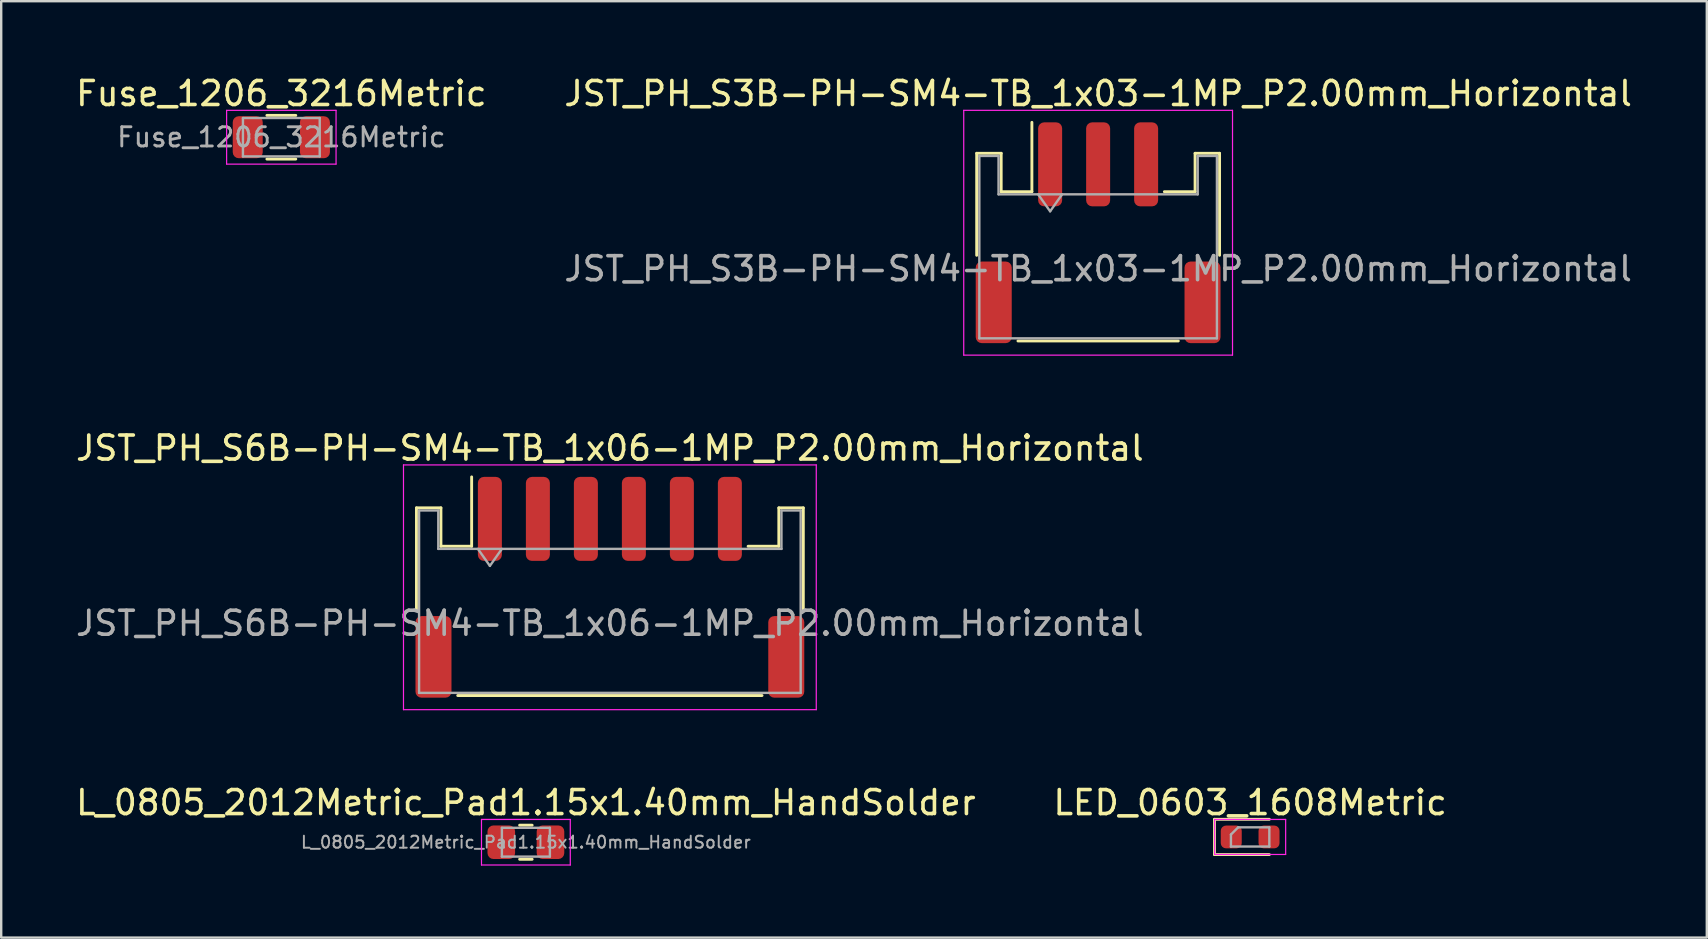
<source format=kicad_pcb>
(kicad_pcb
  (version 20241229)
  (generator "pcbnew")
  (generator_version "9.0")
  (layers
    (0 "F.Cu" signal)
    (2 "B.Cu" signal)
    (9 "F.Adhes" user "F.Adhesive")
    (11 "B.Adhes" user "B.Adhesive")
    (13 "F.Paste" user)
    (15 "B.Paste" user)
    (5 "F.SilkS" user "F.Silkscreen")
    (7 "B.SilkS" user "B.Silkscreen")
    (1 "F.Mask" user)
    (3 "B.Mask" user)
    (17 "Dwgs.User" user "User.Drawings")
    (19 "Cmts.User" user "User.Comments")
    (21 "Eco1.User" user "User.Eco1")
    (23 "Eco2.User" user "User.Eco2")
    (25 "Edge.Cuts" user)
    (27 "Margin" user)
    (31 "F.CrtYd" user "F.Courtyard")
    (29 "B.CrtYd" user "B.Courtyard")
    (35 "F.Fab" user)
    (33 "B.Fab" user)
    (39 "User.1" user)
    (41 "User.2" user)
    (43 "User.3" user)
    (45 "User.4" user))
  (footprint "Fuse_1206_3216Metric"
    (layer "F.Cu")
    (at 8.673 2.668)
    (property "Reference" "Fuse_1206_3216Metric" (at 0 -1.82 180) (layer "F.SilkS") (effects (font (size 1 1) (thickness 0.15))))
    (attr smd)
    (fp_line (start -0.602 -0.91) (end 0.602 -0.91) (stroke (width 0.12) (type solid)) (layer "F.SilkS"))
    (fp_line (start -0.602 0.91) (end 0.602 0.91) (stroke (width 0.12) (type solid)) (layer "F.SilkS"))
    (fp_line (start -2.28 -1.12) (end 2.28 -1.12) (stroke (width 0.05) (type solid)) (layer "F.CrtYd"))
    (fp_line (start -2.28 1.12) (end -2.28 -1.12) (stroke (width 0.05) (type solid)) (layer "F.CrtYd"))
    (fp_line (start 2.28 -1.12) (end 2.28 1.12) (stroke (width 0.05) (type solid)) (layer "F.CrtYd"))
    (fp_line (start 2.28 1.12) (end -2.28 1.12) (stroke (width 0.05) (type solid)) (layer "F.CrtYd"))
    (fp_line (start -1.6 -0.8) (end 1.6 -0.8) (stroke (width 0.1) (type solid)) (layer "F.Fab"))
    (fp_line (start -1.6 0.8) (end -1.6 -0.8) (stroke (width 0.1) (type solid)) (layer "F.Fab"))
    (fp_line (start 1.6 -0.8) (end 1.6 0.8) (stroke (width 0.1) (type solid)) (layer "F.Fab"))
    (fp_line (start 1.6 0.8) (end -1.6 0.8) (stroke (width 0.1) (type solid)) (layer "F.Fab"))
    (fp_text user "${REFERENCE}" (at 0 0 180) (layer "F.Fab") (effects (font (size 0.8 0.8) (thickness 0.12))))
    (pad "1" smd roundrect (at -1.4 0) (size 1.25 1.75) (layers "F.Cu" "F.Mask" "F.Paste") (roundrect_rratio 0.2))
    (pad "2" smd roundrect (at 1.4 0) (size 1.25 1.75) (layers "F.Cu" "F.Mask" "F.Paste") (roundrect_rratio 0.2)))
  (footprint "LED_0603_1608Metric"
    (layer "F.Cu")
    (at 49.042 31.825)
    (property "Reference" "LED_0603_1608Metric" (at 0 -1.43 0) (layer "F.SilkS") (effects (font (size 1 1) (thickness 0.15))))
    (attr smd)
    (fp_line (start -1.485 -0.735) (end -1.485 0.735) (stroke (width 0.12) (type solid)) (layer "F.SilkS"))
    (fp_line (start -1.485 0.735) (end 0.8 0.735) (stroke (width 0.12) (type solid)) (layer "F.SilkS"))
    (fp_line (start 0.8 -0.735) (end -1.485 -0.735) (stroke (width 0.12) (type solid)) (layer "F.SilkS"))
    (fp_line (start -1.48 -0.73) (end 1.48 -0.73) (stroke (width 0.05) (type solid)) (layer "F.CrtYd"))
    (fp_line (start -1.48 0.73) (end -1.48 -0.73) (stroke (width 0.05) (type solid)) (layer "F.CrtYd"))
    (fp_line (start 1.48 -0.73) (end 1.48 0.73) (stroke (width 0.05) (type solid)) (layer "F.CrtYd"))
    (fp_line (start 1.48 0.73) (end -1.48 0.73) (stroke (width 0.05) (type solid)) (layer "F.CrtYd"))
    (fp_line (start -0.8 -0.1) (end -0.8 0.4) (stroke (width 0.1) (type solid)) (layer "F.Fab"))
    (fp_line (start -0.8 0.4) (end 0.8 0.4) (stroke (width 0.1) (type solid)) (layer "F.Fab"))
    (fp_line (start -0.5 -0.4) (end -0.8 -0.1) (stroke (width 0.1) (type solid)) (layer "F.Fab"))
    (fp_line (start 0.8 -0.4) (end -0.5 -0.4) (stroke (width 0.1) (type solid)) (layer "F.Fab"))
    (fp_line (start 0.8 0.4) (end 0.8 -0.4) (stroke (width 0.1) (type solid)) (layer "F.Fab"))
    (pad "1" smd roundrect (at -0.787 0) (size 0.875 0.95) (layers "F.Cu" "F.Mask" "F.Paste") (roundrect_rratio 0.25))
    (pad "2" smd roundrect (at 0.787 0) (size 0.875 0.95) (layers "F.Cu" "F.Mask" "F.Paste") (roundrect_rratio 0.25)))
  (footprint "JST_PH_S6B-PH-SM4-TB_1x06-1MP_P2.00mm_Horizontal"
    (layer "F.Cu")
    (at 22.363 21.422)
    (property "Reference" "JST_PH_S6B-PH-SM4-TB_1x06-1MP_P2.00mm_Horizontal" (at 0 -5.8 180) (layer "F.SilkS") (effects (font (size 1 1) (thickness 0.15))))
    (attr smd)
    (fp_line (start -8.06 -3.31) (end -7.04 -3.31) (stroke (width 0.12) (type solid)) (layer "F.SilkS"))
    (fp_line (start -8.06 0.94) (end -8.06 -3.31) (stroke (width 0.12) (type solid)) (layer "F.SilkS"))
    (fp_line (start -7.04 -3.31) (end -7.04 -1.71) (stroke (width 0.12) (type solid)) (layer "F.SilkS"))
    (fp_line (start -7.04 -1.71) (end -5.76 -1.71) (stroke (width 0.12) (type solid)) (layer "F.SilkS"))
    (fp_line (start -6.34 4.51) (end 6.34 4.51) (stroke (width 0.12) (type solid)) (layer "F.SilkS"))
    (fp_line (start -5.76 -1.71) (end -5.76 -4.6) (stroke (width 0.12) (type solid)) (layer "F.SilkS"))
    (fp_line (start 7.04 -3.31) (end 7.04 -1.71) (stroke (width 0.12) (type solid)) (layer "F.SilkS"))
    (fp_line (start 7.04 -1.71) (end 5.76 -1.71) (stroke (width 0.12) (type solid)) (layer "F.SilkS"))
    (fp_line (start 8.06 -3.31) (end 7.04 -3.31) (stroke (width 0.12) (type solid)) (layer "F.SilkS"))
    (fp_line (start 8.06 0.94) (end 8.06 -3.31) (stroke (width 0.12) (type solid)) (layer "F.SilkS"))
    (fp_line (start -8.6 -5.1) (end -8.6 5.1) (stroke (width 0.05) (type solid)) (layer "F.CrtYd"))
    (fp_line (start -8.6 5.1) (end 8.6 5.1) (stroke (width 0.05) (type solid)) (layer "F.CrtYd"))
    (fp_line (start 8.6 -5.1) (end -8.6 -5.1) (stroke (width 0.05) (type solid)) (layer "F.CrtYd"))
    (fp_line (start 8.6 5.1) (end 8.6 -5.1) (stroke (width 0.05) (type solid)) (layer "F.CrtYd"))
    (fp_line (start -7.95 -3.2) (end -7.95 4.4) (stroke (width 0.1) (type solid)) (layer "F.Fab"))
    (fp_line (start -7.95 -3.2) (end -7.15 -3.2) (stroke (width 0.1) (type solid)) (layer "F.Fab"))
    (fp_line (start -7.95 4.4) (end 7.95 4.4) (stroke (width 0.1) (type solid)) (layer "F.Fab"))
    (fp_line (start -7.15 -3.2) (end -7.15 -1.6) (stroke (width 0.1) (type solid)) (layer "F.Fab"))
    (fp_line (start -7.15 -1.6) (end 7.15 -1.6) (stroke (width 0.1) (type solid)) (layer "F.Fab"))
    (fp_line (start -5.5 -1.6) (end -5 -0.893) (stroke (width 0.1) (type solid)) (layer "F.Fab"))
    (fp_line (start -5 -0.893) (end -4.5 -1.6) (stroke (width 0.1) (type solid)) (layer "F.Fab"))
    (fp_line (start 7.15 -3.2) (end 7.95 -3.2) (stroke (width 0.1) (type solid)) (layer "F.Fab"))
    (fp_line (start 7.15 -1.6) (end 7.15 -3.2) (stroke (width 0.1) (type solid)) (layer "F.Fab"))
    (fp_line (start 7.95 -3.2) (end 7.95 4.4) (stroke (width 0.1) (type solid)) (layer "F.Fab"))
    (fp_text user "${REFERENCE}" (at 0 1.5 180) (layer "F.Fab") (effects (font (size 1 1) (thickness 0.15))))
    (pad "1" smd roundrect (at -5 -2.85) (size 1 3.5) (layers "F.Cu" "F.Mask" "F.Paste") (roundrect_rratio 0.25))
    (pad "2" smd roundrect (at -3 -2.85) (size 1 3.5) (layers "F.Cu" "F.Mask" "F.Paste") (roundrect_rratio 0.25))
    (pad "3" smd roundrect (at -1 -2.85) (size 1 3.5) (layers "F.Cu" "F.Mask" "F.Paste") (roundrect_rratio 0.25))
    (pad "4" smd roundrect (at 1 -2.85) (size 1 3.5) (layers "F.Cu" "F.Mask" "F.Paste") (roundrect_rratio 0.25))
    (pad "5" smd roundrect (at 3 -2.85) (size 1 3.5) (layers "F.Cu" "F.Mask" "F.Paste") (roundrect_rratio 0.25))
    (pad "6" smd roundrect (at 5 -2.85) (size 1 3.5) (layers "F.Cu" "F.Mask" "F.Paste") (roundrect_rratio 0.25))
    (pad "MP" smd roundrect (at -7.35 2.9) (size 1.5 3.4) (layers "F.Cu" "F.Mask" "F.Paste") (roundrect_rratio 0.167))
    (pad "MP" smd roundrect (at 7.35 2.9) (size 1.5 3.4) (layers "F.Cu" "F.Mask" "F.Paste") (roundrect_rratio 0.167)))
  (footprint "JST_PH_S3B-PH-SM4-TB_1x03-1MP_P2.00mm_Horizontal"
    (layer "F.Cu")
    (at 42.708 6.648)
    (property "Reference" "JST_PH_S3B-PH-SM4-TB_1x03-1MP_P2.00mm_Horizontal" (at 0 -5.8 180) (layer "F.SilkS") (effects (font (size 1 1) (thickness 0.15))))
    (attr smd)
    (fp_line (start -5.06 -3.31) (end -4.04 -3.31) (stroke (width 0.12) (type solid)) (layer "F.SilkS"))
    (fp_line (start -5.06 0.94) (end -5.06 -3.31) (stroke (width 0.12) (type solid)) (layer "F.SilkS"))
    (fp_line (start -4.04 -3.31) (end -4.04 -1.71) (stroke (width 0.12) (type solid)) (layer "F.SilkS"))
    (fp_line (start -4.04 -1.71) (end -2.76 -1.71) (stroke (width 0.12) (type solid)) (layer "F.SilkS"))
    (fp_line (start -3.34 4.51) (end 3.34 4.51) (stroke (width 0.12) (type solid)) (layer "F.SilkS"))
    (fp_line (start -2.76 -1.71) (end -2.76 -4.6) (stroke (width 0.12) (type solid)) (layer "F.SilkS"))
    (fp_line (start 4.04 -3.31) (end 4.04 -1.71) (stroke (width 0.12) (type solid)) (layer "F.SilkS"))
    (fp_line (start 4.04 -1.71) (end 2.76 -1.71) (stroke (width 0.12) (type solid)) (layer "F.SilkS"))
    (fp_line (start 5.06 -3.31) (end 4.04 -3.31) (stroke (width 0.12) (type solid)) (layer "F.SilkS"))
    (fp_line (start 5.06 0.94) (end 5.06 -3.31) (stroke (width 0.12) (type solid)) (layer "F.SilkS"))
    (fp_line (start -5.6 -5.1) (end -5.6 5.1) (stroke (width 0.05) (type solid)) (layer "F.CrtYd"))
    (fp_line (start -5.6 5.1) (end 5.6 5.1) (stroke (width 0.05) (type solid)) (layer "F.CrtYd"))
    (fp_line (start 5.6 -5.1) (end -5.6 -5.1) (stroke (width 0.05) (type solid)) (layer "F.CrtYd"))
    (fp_line (start 5.6 5.1) (end 5.6 -5.1) (stroke (width 0.05) (type solid)) (layer "F.CrtYd"))
    (fp_line (start -4.95 -3.2) (end -4.95 4.4) (stroke (width 0.1) (type solid)) (layer "F.Fab"))
    (fp_line (start -4.95 -3.2) (end -4.15 -3.2) (stroke (width 0.1) (type solid)) (layer "F.Fab"))
    (fp_line (start -4.95 4.4) (end 4.95 4.4) (stroke (width 0.1) (type solid)) (layer "F.Fab"))
    (fp_line (start -4.15 -3.2) (end -4.15 -1.6) (stroke (width 0.1) (type solid)) (layer "F.Fab"))
    (fp_line (start -4.15 -1.6) (end 4.15 -1.6) (stroke (width 0.1) (type solid)) (layer "F.Fab"))
    (fp_line (start -2.5 -1.6) (end -2 -0.893) (stroke (width 0.1) (type solid)) (layer "F.Fab"))
    (fp_line (start -2 -0.893) (end -1.5 -1.6) (stroke (width 0.1) (type solid)) (layer "F.Fab"))
    (fp_line (start 4.15 -3.2) (end 4.95 -3.2) (stroke (width 0.1) (type solid)) (layer "F.Fab"))
    (fp_line (start 4.15 -1.6) (end 4.15 -3.2) (stroke (width 0.1) (type solid)) (layer "F.Fab"))
    (fp_line (start 4.95 -3.2) (end 4.95 4.4) (stroke (width 0.1) (type solid)) (layer "F.Fab"))
    (fp_text user "${REFERENCE}" (at 0 1.5 180) (layer "F.Fab") (effects (font (size 1 1) (thickness 0.15))))
    (pad "1" smd roundrect (at -2 -2.85) (size 1 3.5) (layers "F.Cu" "F.Mask" "F.Paste") (roundrect_rratio 0.25))
    (pad "2" smd roundrect (at 0 -2.85) (size 1 3.5) (layers "F.Cu" "F.Mask" "F.Paste") (roundrect_rratio 0.25))
    (pad "3" smd roundrect (at 2 -2.85) (size 1 3.5) (layers "F.Cu" "F.Mask" "F.Paste") (roundrect_rratio 0.25))
    (pad "MP" smd roundrect (at -4.35 2.9) (size 1.5 3.4) (layers "F.Cu" "F.Mask" "F.Paste") (roundrect_rratio 0.167))
    (pad "MP" smd roundrect (at 4.35 2.9) (size 1.5 3.4) (layers "F.Cu" "F.Mask" "F.Paste") (roundrect_rratio 0.167)))
  (footprint "L_0805_2012Metric_Pad1.15x1.40mm_HandSolder"
    (layer "F.Cu")
    (at 18.863 32.045)
    (property "Reference" "L_0805_2012Metric_Pad1.15x1.40mm_HandSolder" (at 0 -1.65 180) (layer "F.SilkS") (effects (font (size 1 1) (thickness 0.15))))
    (attr smd)
    (fp_line (start -0.261 -0.71) (end 0.261 -0.71) (stroke (width 0.12) (type solid)) (layer "F.SilkS"))
    (fp_line (start -0.261 0.71) (end 0.261 0.71) (stroke (width 0.12) (type solid)) (layer "F.SilkS"))
    (fp_line (start -1.85 -0.95) (end 1.85 -0.95) (stroke (width 0.05) (type solid)) (layer "F.CrtYd"))
    (fp_line (start -1.85 0.95) (end -1.85 -0.95) (stroke (width 0.05) (type solid)) (layer "F.CrtYd"))
    (fp_line (start 1.85 -0.95) (end 1.85 0.95) (stroke (width 0.05) (type solid)) (layer "F.CrtYd"))
    (fp_line (start 1.85 0.95) (end -1.85 0.95) (stroke (width 0.05) (type solid)) (layer "F.CrtYd"))
    (fp_line (start -1 -0.6) (end 1 -0.6) (stroke (width 0.1) (type solid)) (layer "F.Fab"))
    (fp_line (start -1 0.6) (end -1 -0.6) (stroke (width 0.1) (type solid)) (layer "F.Fab"))
    (fp_line (start 1 -0.6) (end 1 0.6) (stroke (width 0.1) (type solid)) (layer "F.Fab"))
    (fp_line (start 1 0.6) (end -1 0.6) (stroke (width 0.1) (type solid)) (layer "F.Fab"))
    (fp_text user "${REFERENCE}" (at 0 0 180) (layer "F.Fab") (effects (font (size 0.5 0.5) (thickness 0.08))))
    (pad "1" smd roundrect (at -1.025 0) (size 1.15 1.4) (layers "F.Cu" "F.Mask" "F.Paste") (roundrect_rratio 0.217))
    (pad "2" smd roundrect (at 1.025 0) (size 1.15 1.4) (layers "F.Cu" "F.Mask" "F.Paste") (roundrect_rratio 0.217)))
  (gr_rect
    (start -3 -3)
    (end 68.071 36.02)
    (stroke (width 0.1) (type default))
    (fill no)
    (layer "Edge.Cuts")))
</source>
